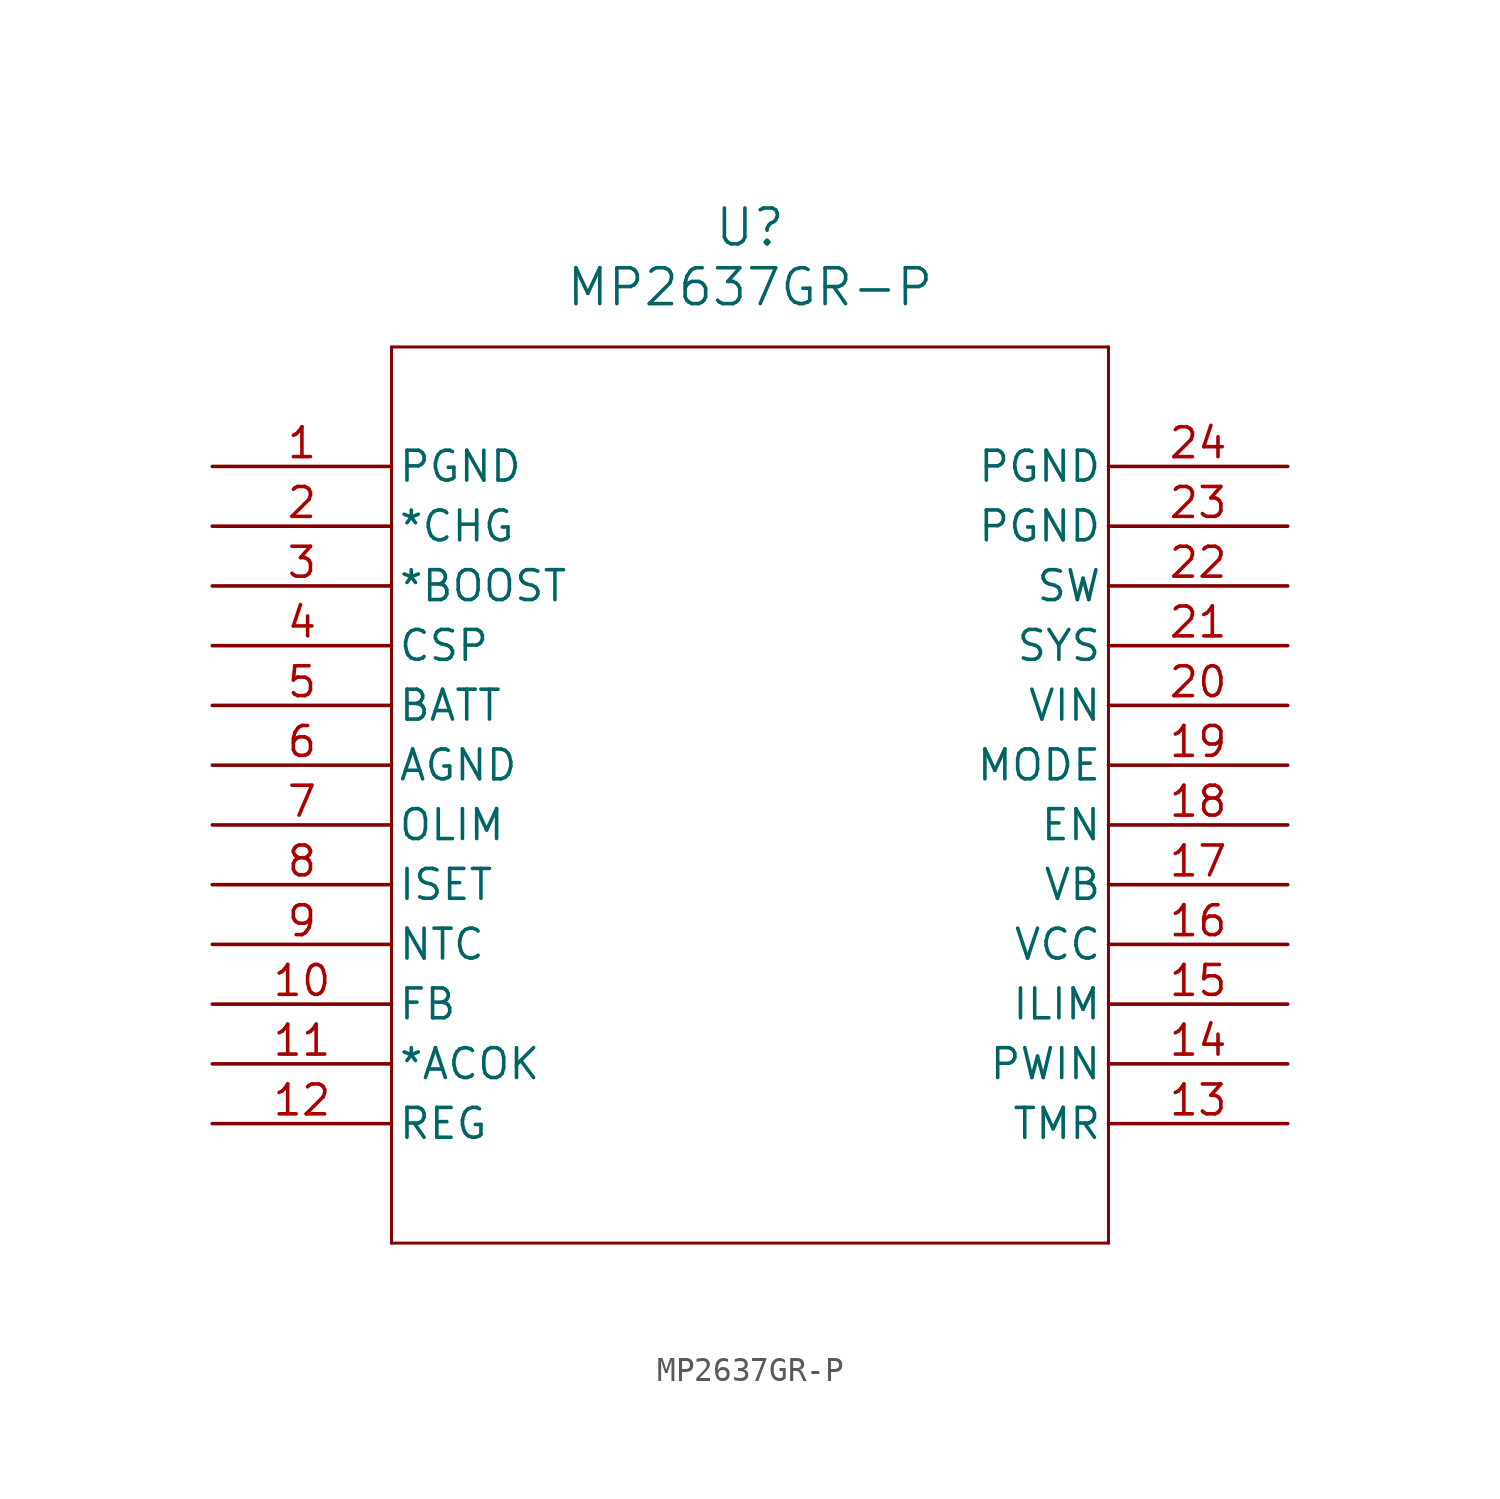
<source format=kicad_sym>
(kicad_symbol_lib
  (version 20211014)
  (generator kicad_symbol_editor)
  (symbol "MP2637GR-P"
    (pin_names
      (offset 0.254))
    (property "Reference" "U"
      (at 22.86 10.16 0)
      (effects (font (size 1.524 1.524))))
    (property "Value" "MP2637GR-P"
      (at 22.86 7.62 0)
      (effects (font (size 1.524 1.524))))
    (symbol "MP2637GR-P_0_1"
      (polyline (pts (xy 7.62 5.08) (xy 7.62 -33.02)) (stroke (width 0.127) (type default) (color 0 0 0 0)) (fill (type none)))
      (polyline (pts (xy 7.62 -33.02) (xy 38.1 -33.02)) (stroke (width 0.127) (type default) (color 0 0 0 0)) (fill (type none)))
      (polyline (pts (xy 38.1 -33.02) (xy 38.1 5.08)) (stroke (width 0.127) (type default) (color 0 0 0 0)) (fill (type none)))
      (polyline (pts (xy 38.1 5.08) (xy 7.62 5.08)) (stroke (width 0.127) (type default) (color 0 0 0 0)) (fill (type none)))
      (pin power_in line (at 0 0 0) (length 7.62) (name "PGND" (effects (font (size 1.27 1.27)))) (number "1" (effects (font (size 1.27 1.27)))))
      (pin unspecified line (at 0 -2.54 0) (length 7.62) (name "*CHG" (effects (font (size 1.27 1.27)))) (number "2" (effects (font (size 1.27 1.27)))))
      (pin unspecified line (at 0 -5.08 0) (length 7.62) (name "*BOOST" (effects (font (size 1.27 1.27)))) (number "3" (effects (font (size 1.27 1.27)))))
      (pin unspecified line (at 0 -7.62 0) (length 7.62) (name "CSP" (effects (font (size 1.27 1.27)))) (number "4" (effects (font (size 1.27 1.27)))))
      (pin unspecified line (at 0 -10.16 0) (length 7.62) (name "BATT" (effects (font (size 1.27 1.27)))) (number "5" (effects (font (size 1.27 1.27)))))
      (pin power_in line (at 0 -12.7 0) (length 7.62) (name "AGND" (effects (font (size 1.27 1.27)))) (number "6" (effects (font (size 1.27 1.27)))))
      (pin unspecified line (at 0 -15.24 0) (length 7.62) (name "OLIM" (effects (font (size 1.27 1.27)))) (number "7" (effects (font (size 1.27 1.27)))))
      (pin unspecified line (at 0 -17.78 0) (length 7.62) (name "ISET" (effects (font (size 1.27 1.27)))) (number "8" (effects (font (size 1.27 1.27)))))
      (pin unspecified line (at 0 -20.32 0) (length 7.62) (name "NTC" (effects (font (size 1.27 1.27)))) (number "9" (effects (font (size 1.27 1.27)))))
      (pin unspecified line (at 0 -22.86 0) (length 7.62) (name "FB" (effects (font (size 1.27 1.27)))) (number "10" (effects (font (size 1.27 1.27)))))
      (pin unspecified line (at 0 -25.4 0) (length 7.62) (name "*ACOK" (effects (font (size 1.27 1.27)))) (number "11" (effects (font (size 1.27 1.27)))))
      (pin unspecified line (at 0 -27.94 0) (length 7.62) (name "REG" (effects (font (size 1.27 1.27)))) (number "12" (effects (font (size 1.27 1.27)))))
      (pin unspecified line (at 45.72 -27.94 180) (length 7.62) (name "TMR" (effects (font (size 1.27 1.27)))) (number "13" (effects (font (size 1.27 1.27)))))
      (pin unspecified line (at 45.72 -25.4 180) (length 7.62) (name "PWIN" (effects (font (size 1.27 1.27)))) (number "14" (effects (font (size 1.27 1.27)))))
      (pin unspecified line (at 45.72 -22.86 180) (length 7.62) (name "ILIM" (effects (font (size 1.27 1.27)))) (number "15" (effects (font (size 1.27 1.27)))))
      (pin power_in line (at 45.72 -20.32 180) (length 7.62) (name "VCC" (effects (font (size 1.27 1.27)))) (number "16" (effects (font (size 1.27 1.27)))))
      (pin unspecified line (at 45.72 -17.78 180) (length 7.62) (name "VB" (effects (font (size 1.27 1.27)))) (number "17" (effects (font (size 1.27 1.27)))))
      (pin unspecified line (at 45.72 -15.24 180) (length 7.62) (name "EN" (effects (font (size 1.27 1.27)))) (number "18" (effects (font (size 1.27 1.27)))))
      (pin unspecified line (at 45.72 -12.7 180) (length 7.62) (name "MODE" (effects (font (size 1.27 1.27)))) (number "19" (effects (font (size 1.27 1.27)))))
      (pin power_in line (at 45.72 -10.16 180) (length 7.62) (name "VIN" (effects (font (size 1.27 1.27)))) (number "20" (effects (font (size 1.27 1.27)))))
      (pin unspecified line (at 45.72 -7.62 180) (length 7.62) (name "SYS" (effects (font (size 1.27 1.27)))) (number "21" (effects (font (size 1.27 1.27)))))
      (pin unspecified line (at 45.72 -5.08 180) (length 7.62) (name "SW" (effects (font (size 1.27 1.27)))) (number "22" (effects (font (size 1.27 1.27)))))
      (pin power_in line (at 45.72 -2.54 180) (length 7.62) (name "PGND" (effects (font (size 1.27 1.27)))) (number "23" (effects (font (size 1.27 1.27)))))
      (pin power_in line (at 45.72 0 180) (length 7.62) (name "PGND" (effects (font (size 1.27 1.27)))) (number "24" (effects (font (size 1.27 1.27))))))))
</source>
